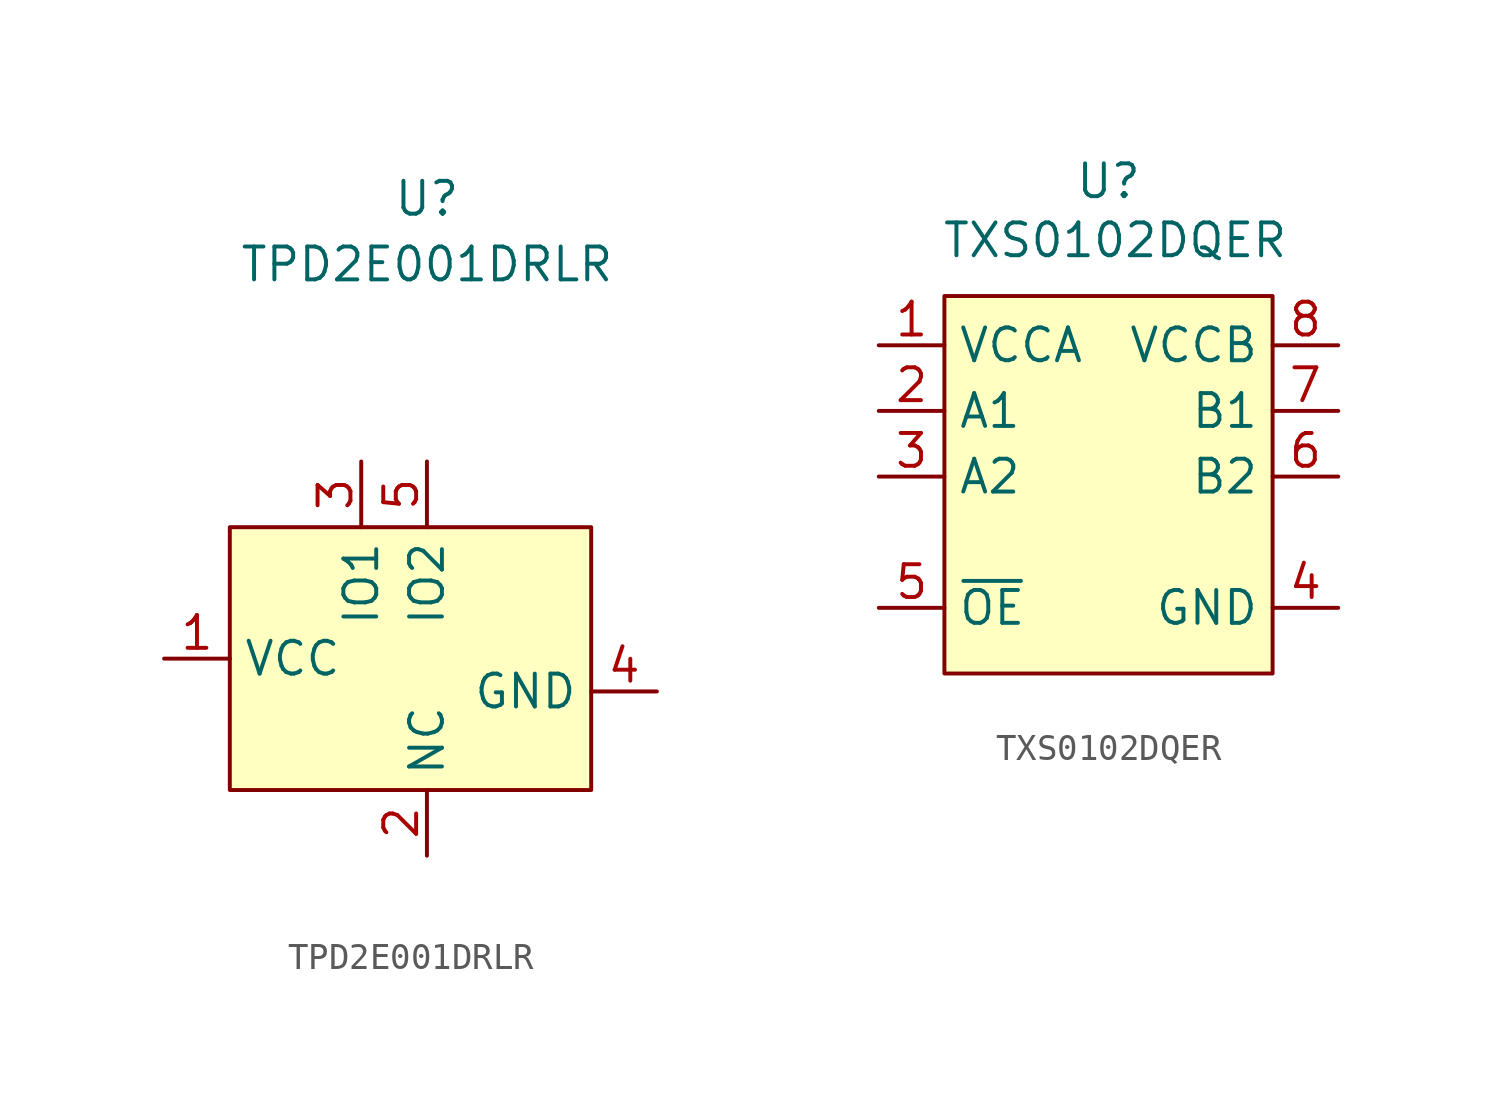
<source format=kicad_sym>
(kicad_symbol_lib
  (version 20241209)
  (generator "kicad_symbol_editor")
  (generator_version "9.0")
  (symbol "TPD2E001DRLR"
    (property "Reference" "U"
      (at 0 0 0)
      (effects (font (size 1.27 1.27))))
    (property "Value" "TPD2E001DRLR"
      (at 0 -2.54 0)
      (effects (font (size 1.27 1.27))))
    (symbol "TPD2E001DRLR_0_0"
      (pin passive line (at -10.16 -17.78 0) (length 2.54) (name "VCC" (effects (font (size 1.27 1.27)))) (number "1" (effects (font (size 1.27 1.27)))))
      (pin passive line (at -2.54 -10.16 270) (length 2.54) (name "IO1" (effects (font (size 1.27 1.27)))) (number "3" (effects (font (size 1.27 1.27)))))
      (pin passive line (at 0 -10.16 270) (length 2.54) (name "IO2" (effects (font (size 1.27 1.27)))) (number "5" (effects (font (size 1.27 1.27)))))
      (pin passive line (at 0 -25.4 90) (length 2.54) (name "NC" (effects (font (size 1.27 1.27)))) (number "2" (effects (font (size 1.27 1.27)))))
      (pin passive line (at 8.89 -19.05 180) (length 2.54) (name "GND" (effects (font (size 1.27 1.27)))) (number "4" (effects (font (size 1.27 1.27))))))
    (symbol "TPD2E001DRLR_1_1"
      (rectangle (start -7.62 -12.7) (end 6.35 -22.86) (stroke (width 0) (type solid)) (fill (type background)))))
  (symbol "TXS0102DQER"
    (property "Reference" "U"
      (at 0 0 0)
      (effects (font (size 1.27 1.27))))
    (property "Value" "TXS0102DQER"
      (at 0.254 -2.286 0)
      (effects (font (size 1.27 1.27))))
    (symbol "TXS0102DQER_0_0"
      (pin passive line (at -8.89 -6.35 0) (length 2.54) (name "VCCA" (effects (font (size 1.27 1.27)))) (number "1" (effects (font (size 1.27 1.27)))))
      (pin passive line (at -8.89 -8.89 0) (length 2.54) (name "A1" (effects (font (size 1.27 1.27)))) (number "2" (effects (font (size 1.27 1.27)))))
      (pin passive line (at -8.89 -11.43 0) (length 2.54) (name "A2" (effects (font (size 1.27 1.27)))) (number "3" (effects (font (size 1.27 1.27)))))
      (pin passive line (at -8.89 -16.51 0) (length 2.54) (name "~{OE}" (effects (font (size 1.27 1.27)))) (number "5" (effects (font (size 1.27 1.27)))))
      (pin passive line (at 8.89 -6.35 180) (length 2.54) (name "VCCB" (effects (font (size 1.27 1.27)))) (number "8" (effects (font (size 1.27 1.27)))))
      (pin passive line (at 8.89 -8.89 180) (length 2.54) (name "B1" (effects (font (size 1.27 1.27)))) (number "7" (effects (font (size 1.27 1.27)))))
      (pin passive line (at 8.89 -11.43 180) (length 2.54) (name "B2" (effects (font (size 1.27 1.27)))) (number "6" (effects (font (size 1.27 1.27)))))
      (pin passive line (at 8.89 -16.51 180) (length 2.54) (name "GND" (effects (font (size 1.27 1.27)))) (number "4" (effects (font (size 1.27 1.27))))))
    (symbol "TXS0102DQER_1_1"
      (rectangle (start -6.35 -4.445) (end 6.35 -19.05) (stroke (width 0) (type solid)) (fill (type background))))))
</source>
